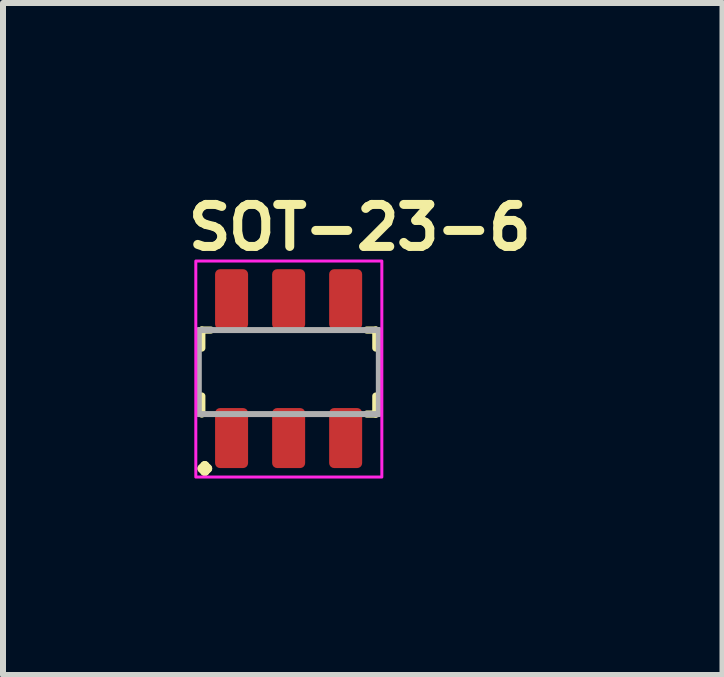
<source format=kicad_pcb>
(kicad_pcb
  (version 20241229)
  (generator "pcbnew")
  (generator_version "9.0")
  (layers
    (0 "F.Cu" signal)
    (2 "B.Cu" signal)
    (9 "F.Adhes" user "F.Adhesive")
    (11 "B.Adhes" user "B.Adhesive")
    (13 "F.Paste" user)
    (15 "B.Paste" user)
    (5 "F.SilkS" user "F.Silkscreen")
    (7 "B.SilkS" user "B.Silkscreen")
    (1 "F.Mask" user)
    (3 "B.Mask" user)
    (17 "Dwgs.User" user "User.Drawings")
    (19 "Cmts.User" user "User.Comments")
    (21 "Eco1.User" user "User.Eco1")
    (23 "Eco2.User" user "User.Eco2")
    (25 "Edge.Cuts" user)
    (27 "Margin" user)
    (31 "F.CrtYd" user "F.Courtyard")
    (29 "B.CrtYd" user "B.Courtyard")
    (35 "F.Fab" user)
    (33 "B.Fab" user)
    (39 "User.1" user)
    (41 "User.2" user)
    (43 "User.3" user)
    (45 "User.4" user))
  (footprint "SOT-23-6"
    (layer "F.Cu")
    (at 1.763 3.15)
    (property "Reference" "SOT-23-6" (at -1.75 -2 0) (layer "F.SilkS") (effects (font (size 0.7 0.7) (thickness 0.15)) (justify left bottom)))
    (attr smd)
    (fp_line (start -1.45 -0.7) (end -1.45 -0.4) (stroke (width 0.12) (type solid)) (layer "F.SilkS"))
    (fp_line (start -1.45 0.7) (end -1.45 0.4) (stroke (width 0.12) (type solid)) (layer "F.SilkS"))
    (fp_line (start -1.3 -0.7) (end -1.45 -0.7) (stroke (width 0.12) (type solid)) (layer "F.SilkS"))
    (fp_line (start 1.3 -0.7) (end 1.45 -0.7) (stroke (width 0.12) (type solid)) (layer "F.SilkS"))
    (fp_line (start 1.3 0.7) (end 1.45 0.7) (stroke (width 0.12) (type solid)) (layer "F.SilkS"))
    (fp_line (start 1.45 -0.7) (end 1.45 -0.4) (stroke (width 0.12) (type solid)) (layer "F.SilkS"))
    (fp_line (start 1.45 0.7) (end 1.45 0.4) (stroke (width 0.12) (type solid)) (layer "F.SilkS"))
    (fp_rect (start -1.55 -1.85) (end 1.55 1.75) (stroke (width 0.05) (type solid)) (fill no) (layer "F.CrtYd"))
    (fp_line (start -1.5 -0.7) (end 1.5 -0.7) (stroke (width 0.1) (type solid)) (layer "F.Fab"))
    (fp_line (start -1.5 0.7) (end -1.5 -0.7) (stroke (width 0.1) (type solid)) (layer "F.Fab"))
    (fp_line (start 1.5 -0.7) (end 1.5 0.7) (stroke (width 0.1) (type solid)) (layer "F.Fab"))
    (fp_line (start 1.5 0.7) (end -1.5 0.7) (stroke (width 0.1) (type solid)) (layer "F.Fab"))
    (fp_rect (start -1.397 -1.214) (end 1.396 1.211) (stroke (width 0.1) (type solid)) (fill no) (layer "User.5"))
    (fp_line (start -1.397 -0.629) (end -1.182 -0.629) (stroke (width 0.02) (type solid)) (layer "User.9"))
    (fp_line (start -1.397 0.641) (end -1.397 -0.629) (stroke (width 0.02) (type solid)) (layer "User.9"))
    (fp_line (start -1.397 0.641) (end -1.214 0.456) (stroke (width 0.02) (type solid)) (layer "User.9"))
    (fp_line (start -1.214 -0.444) (end -1.397 -0.629) (stroke (width 0.02) (type solid)) (layer "User.9"))
    (fp_line (start -1.214 -0.444) (end -1.214 0.456) (stroke (width 0.02) (type solid)) (layer "User.9"))
    (fp_line (start -1.214 0.456) (end 1.211 0.456) (stroke (width 0.02) (type solid)) (layer "User.9"))
    (fp_line (start -1.182 -1.214) (end -0.724 -1.214) (stroke (width 0.02) (type solid)) (layer "User.9"))
    (fp_line (start -1.182 -1.01) (end -1.182 -1.214) (stroke (width 0.02) (type solid)) (layer "User.9"))
    (fp_line (start -1.182 -0.935) (end -1.182 -1.01) (stroke (width 0.02) (type solid)) (layer "User.9"))
    (fp_line (start -1.182 -0.935) (end -0.724 -0.935) (stroke (width 0.02) (type solid)) (layer "User.9"))
    (fp_line (start -1.182 -0.656) (end -1.182 -0.935) (stroke (width 0.02) (type solid)) (layer "User.9"))
    (fp_line (start -1.182 -0.62) (end -1.182 -0.656) (stroke (width 0.02) (type solid)) (layer "User.9"))
    (fp_line (start -1.182 0.631) (end -1.182 0.654) (stroke (width 0.02) (type solid)) (layer "User.9"))
    (fp_line (start -1.182 0.631) (end -0.724 0.631) (stroke (width 0.02) (type solid)) (layer "User.9"))
    (fp_line (start -1.182 0.641) (end -1.397 0.641) (stroke (width 0.02) (type solid)) (layer "User.9"))
    (fp_line (start -1.182 0.654) (end -1.182 0.933) (stroke (width 0.02) (type solid)) (layer "User.9"))
    (fp_line (start -1.182 0.933) (end -1.182 1.009) (stroke (width 0.02) (type solid)) (layer "User.9"))
    (fp_line (start -1.182 1.009) (end -1.182 1.211) (stroke (width 0.02) (type solid)) (layer "User.9"))
    (fp_line (start -0.724 -1.01) (end -0.724 -1.214) (stroke (width 0.02) (type solid)) (layer "User.9"))
    (fp_line (start -0.724 -0.935) (end -0.724 -1.01) (stroke (width 0.02) (type solid)) (layer "User.9"))
    (fp_line (start -0.724 -0.656) (end -0.724 -0.935) (stroke (width 0.02) (type solid)) (layer "User.9"))
    (fp_line (start -0.724 -0.629) (end -0.23 -0.629) (stroke (width 0.02) (type solid)) (layer "User.9"))
    (fp_line (start -0.724 -0.62) (end -1.182 -0.62) (stroke (width 0.02) (type solid)) (layer "User.9"))
    (fp_line (start -0.724 -0.62) (end -0.724 -0.656) (stroke (width 0.02) (type solid)) (layer "User.9"))
    (fp_line (start -0.724 0.631) (end -0.724 0.654) (stroke (width 0.02) (type solid)) (layer "User.9"))
    (fp_line (start -0.724 0.654) (end -0.724 0.933) (stroke (width 0.02) (type solid)) (layer "User.9"))
    (fp_line (start -0.724 0.933) (end -1.182 0.933) (stroke (width 0.02) (type solid)) (layer "User.9"))
    (fp_line (start -0.724 0.933) (end -0.724 1.009) (stroke (width 0.02) (type solid)) (layer "User.9"))
    (fp_line (start -0.724 1.009) (end -0.724 1.211) (stroke (width 0.02) (type solid)) (layer "User.9"))
    (fp_line (start -0.724 1.211) (end -1.182 1.211) (stroke (width 0.02) (type solid)) (layer "User.9"))
    (fp_line (start -0.23 -1.214) (end 0.228 -1.214) (stroke (width 0.02) (type solid)) (layer "User.9"))
    (fp_line (start -0.23 -1.01) (end -0.23 -1.214) (stroke (width 0.02) (type solid)) (layer "User.9"))
    (fp_line (start -0.23 -0.935) (end -0.23 -1.01) (stroke (width 0.02) (type solid)) (layer "User.9"))
    (fp_line (start -0.23 -0.935) (end 0.228 -0.935) (stroke (width 0.02) (type solid)) (layer "User.9"))
    (fp_line (start -0.23 -0.656) (end -0.23 -0.935) (stroke (width 0.02) (type solid)) (layer "User.9"))
    (fp_line (start -0.23 -0.62) (end -0.23 -0.656) (stroke (width 0.02) (type solid)) (layer "User.9"))
    (fp_line (start -0.23 0.631) (end -0.23 0.654) (stroke (width 0.02) (type solid)) (layer "User.9"))
    (fp_line (start -0.23 0.631) (end 0.228 0.631) (stroke (width 0.02) (type solid)) (layer "User.9"))
    (fp_line (start -0.23 0.641) (end -0.724 0.641) (stroke (width 0.02) (type solid)) (layer "User.9"))
    (fp_line (start -0.23 0.654) (end -0.23 0.933) (stroke (width 0.02) (type solid)) (layer "User.9"))
    (fp_line (start -0.23 0.933) (end -0.23 1.009) (stroke (width 0.02) (type solid)) (layer "User.9"))
    (fp_line (start -0.23 1.009) (end -0.23 1.211) (stroke (width 0.02) (type solid)) (layer "User.9"))
    (fp_line (start 0.228 -1.01) (end 0.228 -1.214) (stroke (width 0.02) (type solid)) (layer "User.9"))
    (fp_line (start 0.228 -0.935) (end 0.228 -1.01) (stroke (width 0.02) (type solid)) (layer "User.9"))
    (fp_line (start 0.228 -0.656) (end 0.228 -0.935) (stroke (width 0.02) (type solid)) (layer "User.9"))
    (fp_line (start 0.228 -0.629) (end 0.722 -0.629) (stroke (width 0.02) (type solid)) (layer "User.9"))
    (fp_line (start 0.228 -0.62) (end -0.23 -0.62) (stroke (width 0.02) (type solid)) (layer "User.9"))
    (fp_line (start 0.228 -0.62) (end 0.228 -0.656) (stroke (width 0.02) (type solid)) (layer "User.9"))
    (fp_line (start 0.228 0.631) (end 0.228 0.654) (stroke (width 0.02) (type solid)) (layer "User.9"))
    (fp_line (start 0.228 0.654) (end 0.228 0.933) (stroke (width 0.02) (type solid)) (layer "User.9"))
    (fp_line (start 0.228 0.933) (end -0.23 0.933) (stroke (width 0.02) (type solid)) (layer "User.9"))
    (fp_line (start 0.228 0.933) (end 0.228 1.009) (stroke (width 0.02) (type solid)) (layer "User.9"))
    (fp_line (start 0.228 1.009) (end 0.228 1.211) (stroke (width 0.02) (type solid)) (layer "User.9"))
    (fp_line (start 0.228 1.211) (end -0.23 1.211) (stroke (width 0.02) (type solid)) (layer "User.9"))
    (fp_line (start 0.722 -1.214) (end 1.181 -1.214) (stroke (width 0.02) (type solid)) (layer "User.9"))
    (fp_line (start 0.722 -1.01) (end 0.722 -1.214) (stroke (width 0.02) (type solid)) (layer "User.9"))
    (fp_line (start 0.722 -0.935) (end 0.722 -1.01) (stroke (width 0.02) (type solid)) (layer "User.9"))
    (fp_line (start 0.722 -0.935) (end 1.181 -0.935) (stroke (width 0.02) (type solid)) (layer "User.9"))
    (fp_line (start 0.722 -0.656) (end 0.722 -0.935) (stroke (width 0.02) (type solid)) (layer "User.9"))
    (fp_line (start 0.722 -0.62) (end 0.722 -0.656) (stroke (width 0.02) (type solid)) (layer "User.9"))
    (fp_line (start 0.722 0.631) (end 0.722 0.654) (stroke (width 0.02) (type solid)) (layer "User.9"))
    (fp_line (start 0.722 0.631) (end 1.181 0.631) (stroke (width 0.02) (type solid)) (layer "User.9"))
    (fp_line (start 0.722 0.641) (end 0.228 0.641) (stroke (width 0.02) (type solid)) (layer "User.9"))
    (fp_line (start 0.722 0.654) (end 0.722 0.933) (stroke (width 0.02) (type solid)) (layer "User.9"))
    (fp_line (start 0.722 0.933) (end 0.722 1.009) (stroke (width 0.02) (type solid)) (layer "User.9"))
    (fp_line (start 0.722 1.009) (end 0.722 1.211) (stroke (width 0.02) (type solid)) (layer "User.9"))
    (fp_line (start 1.181 -1.01) (end 1.181 -1.214) (stroke (width 0.02) (type solid)) (layer "User.9"))
    (fp_line (start 1.181 -0.935) (end 1.181 -1.01) (stroke (width 0.02) (type solid)) (layer "User.9"))
    (fp_line (start 1.181 -0.656) (end 1.181 -0.935) (stroke (width 0.02) (type solid)) (layer "User.9"))
    (fp_line (start 1.181 -0.629) (end 1.396 -0.629) (stroke (width 0.02) (type solid)) (layer "User.9"))
    (fp_line (start 1.181 -0.62) (end 0.722 -0.62) (stroke (width 0.02) (type solid)) (layer "User.9"))
    (fp_line (start 1.181 -0.62) (end 1.181 -0.656) (stroke (width 0.02) (type solid)) (layer "User.9"))
    (fp_line (start 1.181 0.631) (end 1.181 0.654) (stroke (width 0.02) (type solid)) (layer "User.9"))
    (fp_line (start 1.181 0.654) (end 1.181 0.933) (stroke (width 0.02) (type solid)) (layer "User.9"))
    (fp_line (start 1.181 0.933) (end 0.722 0.933) (stroke (width 0.02) (type solid)) (layer "User.9"))
    (fp_line (start 1.181 0.933) (end 1.181 1.009) (stroke (width 0.02) (type solid)) (layer "User.9"))
    (fp_line (start 1.181 1.009) (end 1.181 1.211) (stroke (width 0.02) (type solid)) (layer "User.9"))
    (fp_line (start 1.181 1.211) (end 0.722 1.211) (stroke (width 0.02) (type solid)) (layer "User.9"))
    (fp_line (start 1.211 -0.444) (end -1.214 -0.444) (stroke (width 0.02) (type solid)) (layer "User.9"))
    (fp_line (start 1.211 -0.444) (end 1.396 -0.629) (stroke (width 0.02) (type solid)) (layer "User.9"))
    (fp_line (start 1.211 0.456) (end 1.211 -0.444) (stroke (width 0.02) (type solid)) (layer "User.9"))
    (fp_line (start 1.396 -0.629) (end 1.396 0.641) (stroke (width 0.02) (type solid)) (layer "User.9"))
    (fp_line (start 1.396 0.641) (end 1.181 0.641) (stroke (width 0.02) (type solid)) (layer "User.9"))
    (fp_line (start 1.396 0.641) (end 1.211 0.456) (stroke (width 0.02) (type solid)) (layer "User.9"))
    (fp_text user "." (at -1.4 1.2 180) (layer "F.SilkS") (effects (font (size 1 1) (thickness 0.15))))
    (pad "1" smd roundrect (at -0.954 1.1) (size 0.55 1) (layers "F.Cu" "F.Mask" "F.Paste") (roundrect_rratio 0.15))
    (pad "2" smd roundrect (at -0.003 1.1) (size 0.55 1) (layers "F.Cu" "F.Mask" "F.Paste") (roundrect_rratio 0.15))
    (pad "3" smd roundrect (at 0.947 1.1) (size 0.55 1) (layers "F.Cu" "F.Mask" "F.Paste") (roundrect_rratio 0.15))
    (pad "4" smd roundrect (at 0.947 -1.214) (size 0.55 1) (layers "F.Cu" "F.Mask" "F.Paste") (roundrect_rratio 0.15))
    (pad "5" smd roundrect (at -0.003 -1.214) (size 0.55 1) (layers "F.Cu" "F.Mask" "F.Paste") (roundrect_rratio 0.15))
    (pad "6" smd roundrect (at -0.954 -1.214) (size 0.55 1) (layers "F.Cu" "F.Mask" "F.Paste") (roundrect_rratio 0.15)))
  (gr_rect
    (start -3 -3)
    (end 8.99 8.198)
    (stroke (width 0.1) (type default))
    (fill no)
    (layer "Edge.Cuts")))
</source>
